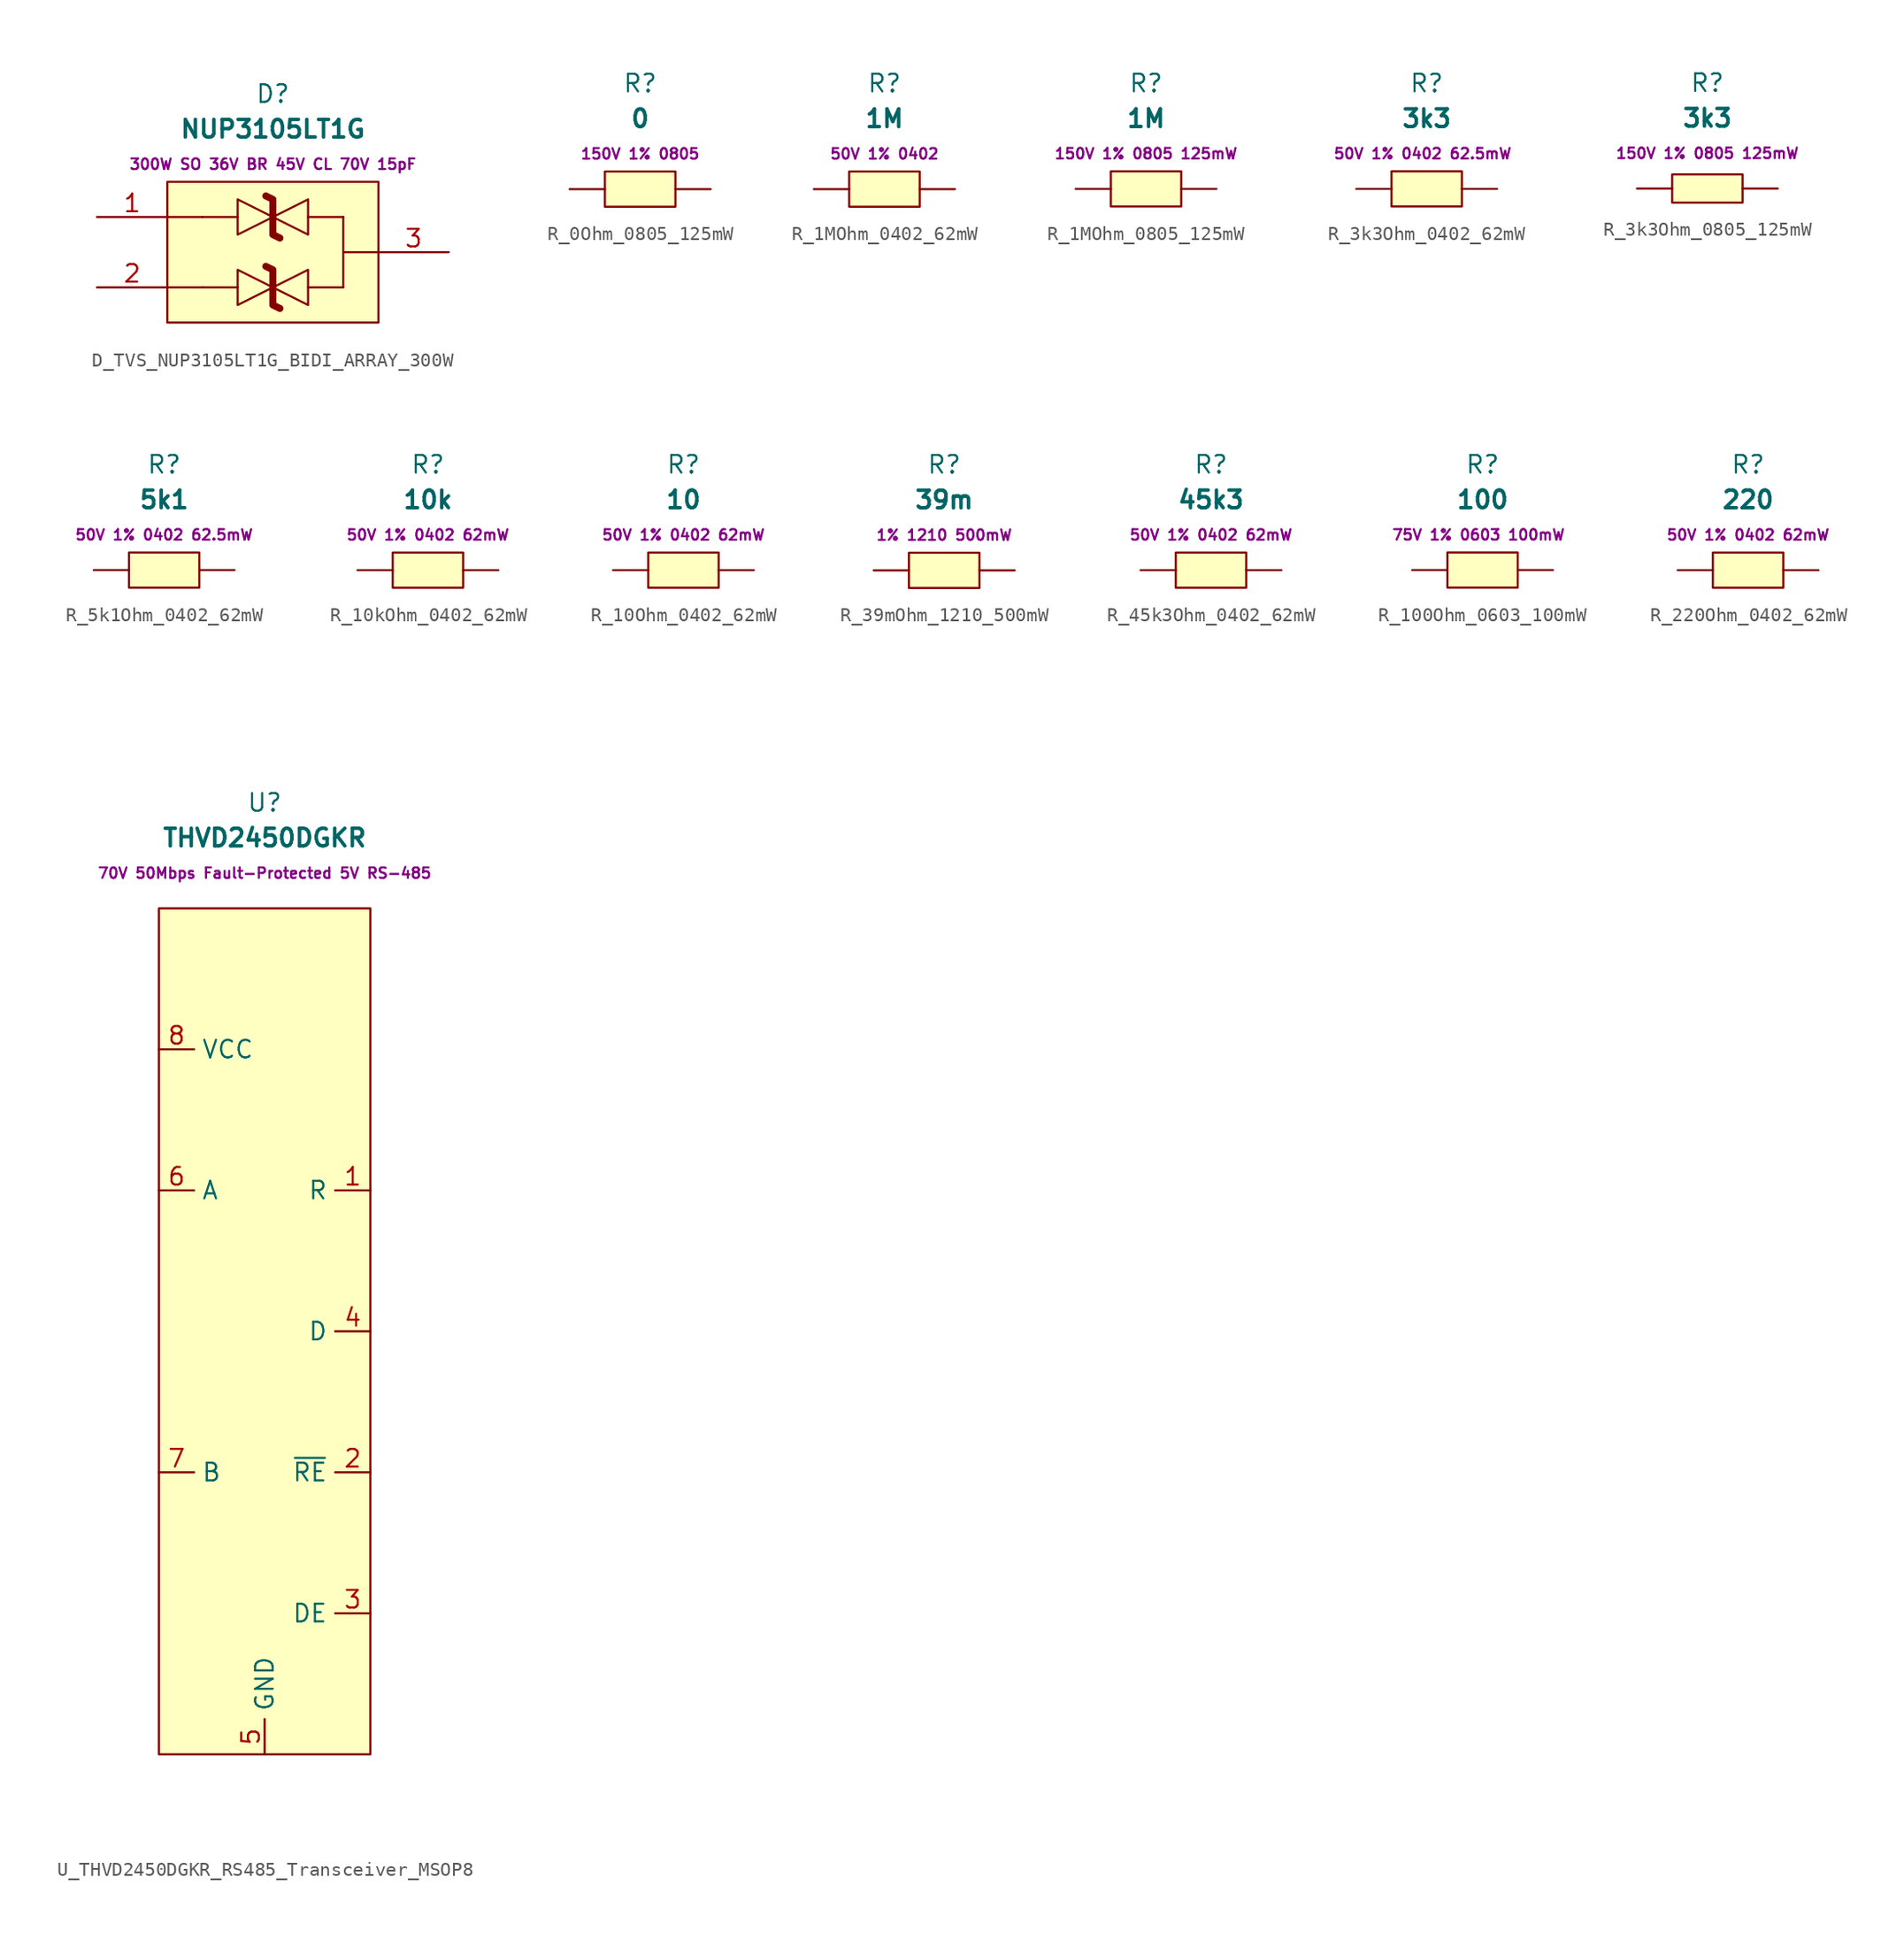
<source format=kicad_sym>
(kicad_symbol_lib
  (version 20231120)
  (generator "kicad_symbol_editor")
  (generator_version "8.0")
  (symbol "D_TVS_NUP3105LT1G_BIDI_ARRAY_300W"
    (pin_names hide)
    (property "Reference" "D"
      (at 0 11.43 0)
      (effects (font (size 1.27 1.27))))
    (property "Value" "NUP3105LT1G"
      (at 0 8.89 0)
      (effects (font (size 1.27 1.27) (bold yes))))
    (property "Extra Values" "300W SO 36V BR 45V CL 70V 15pF"
      (at 0 6.35 0)
      (effects (font (size 0.762 0.762) (bold yes))))
    (symbol "D_TVS_NUP3105LT1G_BIDI_ARRAY_300W_0_1"
      (polyline (pts (xy -7.62 -2.54) (xy -5.08 -2.54)) (stroke (width 0) (type default)) (fill (type none)))
      (polyline (pts (xy -7.62 2.54) (xy -5.08 2.54)) (stroke (width 0) (type default)) (fill (type none)))
      (polyline (pts (xy -2.54 -2.54) (xy -5.08 -2.54)) (stroke (width 0) (type default)) (fill (type none)))
      (polyline (pts (xy -2.54 2.54) (xy -5.08 2.54)) (stroke (width 0) (type default)) (fill (type none)))
      (polyline (pts (xy 5.08 -2.54) (xy 2.54 -2.54)) (stroke (width 0) (type default)) (fill (type none)))
      (polyline (pts (xy 5.08 0) (xy 7.62 0)) (stroke (width 0) (type default)) (fill (type none)))
      (polyline (pts (xy 5.08 2.54) (xy 2.54 2.54)) (stroke (width 0) (type default)) (fill (type none)))
      (polyline (pts (xy 5.08 2.54) (xy 5.08 -2.54)) (stroke (width 0) (type default)) (fill (type none)))
      (polyline (pts (xy -2.54 -1.27) (xy 0 -2.54) (xy -2.54 -3.81) (xy -2.54 -1.27)) (stroke (width 0) (type default)) (fill (type background)))
      (polyline (pts (xy -2.54 3.81) (xy 0 2.54) (xy -2.54 1.27) (xy -2.54 3.81)) (stroke (width 0) (type default)) (fill (type background)))
      (polyline (pts (xy 2.54 -1.27) (xy 0 -2.54) (xy 2.54 -3.81) (xy 2.54 -1.27)) (stroke (width 0) (type default)) (fill (type background)))
      (polyline (pts (xy 2.54 3.81) (xy 0 2.54) (xy 2.54 1.27) (xy 2.54 3.81)) (stroke (width 0) (type default)) (fill (type background)))
      (polyline (pts (xy -7.62 5.08) (xy 7.62 5.08) (xy 7.62 -5.08) (xy -7.62 -5.08) (xy -7.62 5.08)) (stroke (width 0) (type default)) (fill (type background))))
    (symbol "D_TVS_NUP3105LT1G_BIDI_ARRAY_300W_1_1"
      (polyline (pts (xy -0.51 -1.02) (xy -0.51 -1.02) (xy 0 -1.27) (xy 0 -3.81) (xy 0.51 -4.06) (xy 0.51 -4.06)) (stroke (width 0.508) (type default)) (fill (type none)))
      (polyline (pts (xy -0.51 4.06) (xy -0.51 4.06) (xy 0 3.81) (xy 0 1.27) (xy 0.51 1.02) (xy 0.51 1.02)) (stroke (width 0.508) (type default)) (fill (type none)))
      (pin passive line (at -12.7 2.54 0) (length 5.08) (name "1" (effects (font (size 1.27 1.27)))) (number "1" (effects (font (size 1.27 1.27)))))
      (pin passive line (at -12.7 -2.54 0) (length 5.08) (name "2" (effects (font (size 1.27 1.27)))) (number "2" (effects (font (size 1.27 1.27)))))
      (pin power_in line (at 12.7 0 180) (length 5.08) (name "3" (effects (font (size 1.27 1.27)))) (number "3" (effects (font (size 1.27 1.27)))))))
  (symbol "R_0Ohm_0805_125mW"
    (pin_numbers hide)
    (pin_names hide)
    (property "Reference" "R"
      (at 0 7.62 0)
      (effects (font (size 1.27 1.27))))
    (property "Value" "0"
      (at 0 5.08 0)
      (effects (font (size 1.27 1.27) (bold yes))))
    (property "Extra Values" "150V 1% 0805"
      (at 0 2.54 0)
      (effects (font (size 0.762 0.762) (bold yes))))
    (symbol "R_0Ohm_0805_125mW_0_1"
      (rectangle (start -2.54 1.27) (end 2.54 -1.27) (stroke (width 0) (type default)) (fill (type background))))
    (symbol "R_0Ohm_0805_125mW_1_1"
      (pin passive line (at -5.08 0 0) (length 2.54) (name "1" (effects (font (size 1.27 1.27)))) (number "1" (effects (font (size 1.27 1.27)))))
      (pin passive line (at 5.08 0 180) (length 2.54) (name "2" (effects (font (size 1.27 1.27)))) (number "2" (effects (font (size 1.27 1.27)))))))
  (symbol "R_1MOhm_0402_62mW"
    (pin_numbers hide)
    (pin_names hide)
    (property "Reference" "R"
      (at 0 7.62 0)
      (effects (font (size 1.27 1.27))))
    (property "Value" "1M"
      (at 0 5.08 0)
      (effects (font (size 1.27 1.27) (bold yes))))
    (property "Extra Values" "50V 1% 0402"
      (at 0 2.54 0)
      (effects (font (size 0.762 0.762) (bold yes))))
    (symbol "R_1MOhm_0402_62mW_0_1"
      (rectangle (start -2.54 1.27) (end 2.54 -1.27) (stroke (width 0) (type default)) (fill (type background))))
    (symbol "R_1MOhm_0402_62mW_1_1"
      (pin passive line (at -5.08 0 0) (length 2.54) (name "1" (effects (font (size 1.27 1.27)))) (number "1" (effects (font (size 1.27 1.27)))))
      (pin passive line (at 5.08 0 180) (length 2.54) (name "2" (effects (font (size 1.27 1.27)))) (number "2" (effects (font (size 1.27 1.27)))))))
  (symbol "R_1MOhm_0805_125mW"
    (pin_numbers hide)
    (pin_names hide)
    (property "Reference" "R"
      (at 0 7.62 0)
      (effects (font (size 1.27 1.27))))
    (property "Value" "1M"
      (at 0 5.08 0)
      (effects (font (size 1.27 1.27) (bold yes))))
    (property "Extra Values" "150V 1% 0805 125mW"
      (at 0 2.54 0)
      (effects (font (size 0.762 0.762) (bold yes))))
    (symbol "R_1MOhm_0805_125mW_0_1"
      (rectangle (start -2.54 1.27) (end 2.54 -1.27) (stroke (width 0) (type default)) (fill (type background))))
    (symbol "R_1MOhm_0805_125mW_1_1"
      (pin passive line (at -5.08 0 0) (length 2.54) (name "1" (effects (font (size 1.27 1.27)))) (number "1" (effects (font (size 1.27 1.27)))))
      (pin passive line (at 5.08 0 180) (length 2.54) (name "2" (effects (font (size 1.27 1.27)))) (number "2" (effects (font (size 1.27 1.27)))))))
  (symbol "R_3k3Ohm_0402_62mW"
    (pin_numbers hide)
    (pin_names hide)
    (property "Reference" "R"
      (at 0 7.62 0)
      (effects (font (size 1.27 1.27))))
    (property "Value" "3k3"
      (at 0 5.08 0)
      (effects (font (size 1.27 1.27) (bold yes))))
    (property "Extra Values" "50V 1% 0402 62.5mW "
      (at 0 2.54 0)
      (effects (font (size 0.762 0.762) (bold yes))))
    (symbol "R_3k3Ohm_0402_62mW_0_1"
      (rectangle (start -2.54 1.27) (end 2.54 -1.27) (stroke (width 0) (type default)) (fill (type background))))
    (symbol "R_3k3Ohm_0402_62mW_1_1"
      (pin passive line (at -5.08 0 0) (length 2.54) (name "1" (effects (font (size 1.27 1.27)))) (number "1" (effects (font (size 1.27 1.27)))))
      (pin passive line (at 5.08 0 180) (length 2.54) (name "2" (effects (font (size 1.27 1.27)))) (number "2" (effects (font (size 1.27 1.27)))))))
  (symbol "R_3k3Ohm_0805_125mW"
    (pin_numbers hide)
    (pin_names hide)
    (property "Reference" "R"
      (at 0 7.62 0)
      (effects (font (size 1.27 1.27))))
    (property "Value" "3k3"
      (at 0 5.08 0)
      (effects (font (size 1.27 1.27) (bold yes))))
    (property "Extra Values" "150V 1% 0805 125mW"
      (at 0 2.54 0)
      (effects (font (size 0.762 0.762) (bold yes))))
    (symbol "R_3k3Ohm_0805_125mW_0_1"
      (rectangle (start -2.54 1.02) (end 2.54 -1.02) (stroke (width 0) (type default)) (fill (type background))))
    (symbol "R_3k3Ohm_0805_125mW_1_1"
      (pin passive line (at -5.08 0 0) (length 2.54) (name "1" (effects (font (size 1.27 1.27)))) (number "1" (effects (font (size 1.27 1.27)))))
      (pin passive line (at 5.08 0 180) (length 2.54) (name "2" (effects (font (size 1.27 1.27)))) (number "2" (effects (font (size 1.27 1.27)))))))
  (symbol "R_5k1Ohm_0402_62mW"
    (pin_numbers hide)
    (pin_names hide)
    (property "Reference" "R"
      (at 0 7.62 0)
      (effects (font (size 1.27 1.27))))
    (property "Value" "5k1"
      (at 0 5.08 0)
      (effects (font (size 1.27 1.27) (bold yes))))
    (property "Extra Values" "50V 1% 0402 62.5mW"
      (at 0 2.54 0)
      (effects (font (size 0.762 0.762) (bold yes))))
    (symbol "R_5k1Ohm_0402_62mW_0_1"
      (rectangle (start -2.54 1.27) (end 2.54 -1.27) (stroke (width 0) (type default)) (fill (type background))))
    (symbol "R_5k1Ohm_0402_62mW_1_1"
      (pin passive line (at -5.08 0 0) (length 2.54) (name "1" (effects (font (size 1.27 1.27)))) (number "1" (effects (font (size 1.27 1.27)))))
      (pin passive line (at 5.08 0 180) (length 2.54) (name "2" (effects (font (size 1.27 1.27)))) (number "2" (effects (font (size 1.27 1.27)))))))
  (symbol "R_10kOhm_0402_62mW"
    (pin_numbers hide)
    (pin_names hide)
    (property "Reference" "R"
      (at 0 7.62 0)
      (effects (font (size 1.27 1.27))))
    (property "Value" "10k"
      (at 0 5.08 0)
      (effects (font (size 1.27 1.27) (bold yes))))
    (property "Extra Values" "50V 1% 0402 62mW"
      (at 0 2.54 0)
      (effects (font (size 0.762 0.762) (bold yes))))
    (symbol "R_10kOhm_0402_62mW_0_1"
      (rectangle (start -2.54 1.27) (end 2.54 -1.27) (stroke (width 0) (type default)) (fill (type background))))
    (symbol "R_10kOhm_0402_62mW_1_1"
      (pin passive line (at -5.08 0 0) (length 2.54) (name "1" (effects (font (size 1.27 1.27)))) (number "1" (effects (font (size 1.27 1.27)))))
      (pin passive line (at 5.08 0 180) (length 2.54) (name "2" (effects (font (size 1.27 1.27)))) (number "2" (effects (font (size 1.27 1.27)))))))
  (symbol "R_10Ohm_0402_62mW"
    (pin_numbers hide)
    (pin_names hide)
    (property "Reference" "R"
      (at 0 7.62 0)
      (effects (font (size 1.27 1.27))))
    (property "Value" "10"
      (at 0 5.08 0)
      (effects (font (size 1.27 1.27) (bold yes))))
    (property "Extra Values" "50V 1% 0402 62mW"
      (at 0 2.54 0)
      (effects (font (size 0.762 0.762) (bold yes))))
    (symbol "R_10Ohm_0402_62mW_0_1"
      (rectangle (start -2.54 1.27) (end 2.54 -1.27) (stroke (width 0) (type default)) (fill (type background))))
    (symbol "R_10Ohm_0402_62mW_1_1"
      (pin passive line (at -5.08 0 0) (length 2.54) (name "1" (effects (font (size 1.27 1.27)))) (number "1" (effects (font (size 1.27 1.27)))))
      (pin passive line (at 5.08 0 180) (length 2.54) (name "2" (effects (font (size 1.27 1.27)))) (number "2" (effects (font (size 1.27 1.27)))))))
  (symbol "R_39mOhm_1210_500mW"
    (pin_numbers hide)
    (pin_names hide)
    (property "Reference" "R"
      (at 0 7.62 0)
      (effects (font (size 1.27 1.27))))
    (property "Value" "39m"
      (at 0 5.08 0)
      (effects (font (size 1.27 1.27) (bold yes))))
    (property "Extra Value" "1% 1210 500mW"
      (at 0 2.54 0)
      (effects (font (size 0.762 0.762))))
    (symbol "R_39mOhm_1210_500mW_0_1"
      (rectangle (start -2.54 1.27) (end 2.54 -1.27) (stroke (width 0) (type default)) (fill (type background))))
    (symbol "R_39mOhm_1210_500mW_1_1"
      (pin passive line (at -5.08 0 0) (length 2.54) (name "1" (effects (font (size 1.27 1.27)))) (number "1" (effects (font (size 1.27 1.27)))))
      (pin passive line (at 5.08 0 180) (length 2.54) (name "2" (effects (font (size 1.27 1.27)))) (number "2" (effects (font (size 1.27 1.27)))))))
  (symbol "R_45k3Ohm_0402_62mW"
    (pin_numbers hide)
    (pin_names hide)
    (property "Reference" "R"
      (at 0 7.62 0)
      (effects (font (size 1.27 1.27))))
    (property "Value" "45k3"
      (at 0 5.08 0)
      (effects (font (size 1.27 1.27) (bold yes))))
    (property "Extra Values" "50V 1% 0402 62mW"
      (at 0 2.54 0)
      (effects (font (size 0.762 0.762) (bold yes))))
    (symbol "R_45k3Ohm_0402_62mW_0_1"
      (rectangle (start -2.54 1.27) (end 2.54 -1.27) (stroke (width 0) (type default)) (fill (type background))))
    (symbol "R_45k3Ohm_0402_62mW_1_1"
      (pin passive line (at -5.08 0 0) (length 2.54) (name "1" (effects (font (size 1.27 1.27)))) (number "1" (effects (font (size 1.27 1.27)))))
      (pin passive line (at 5.08 0 180) (length 2.54) (name "2" (effects (font (size 1.27 1.27)))) (number "2" (effects (font (size 1.27 1.27)))))))
  (symbol "R_100Ohm_0603_100mW"
    (pin_numbers hide)
    (pin_names hide)
    (property "Reference" "R"
      (at 0 7.62 0)
      (effects (font (size 1.27 1.27))))
    (property "Value" "100"
      (at 0 5.08 0)
      (effects (font (size 1.27 1.27) (bold yes))))
    (property "Extra Values" "75V 1% 0603 100mW "
      (at 0 2.54 0)
      (effects (font (size 0.762 0.762) (bold yes))))
    (symbol "R_100Ohm_0603_100mW_0_1"
      (rectangle (start -2.54 1.27) (end 2.54 -1.27) (stroke (width 0) (type default)) (fill (type background))))
    (symbol "R_100Ohm_0603_100mW_1_1"
      (pin passive line (at -5.08 0 0) (length 2.54) (name "1" (effects (font (size 1.27 1.27)))) (number "1" (effects (font (size 1.27 1.27)))))
      (pin passive line (at 5.08 0 180) (length 2.54) (name "2" (effects (font (size 1.27 1.27)))) (number "2" (effects (font (size 1.27 1.27)))))))
  (symbol "R_220Ohm_0402_62mW"
    (pin_numbers hide)
    (pin_names hide)
    (property "Reference" "R"
      (at 0 7.62 0)
      (effects (font (size 1.27 1.27))))
    (property "Value" "220"
      (at 0 5.08 0)
      (effects (font (size 1.27 1.27) (bold yes))))
    (property "Extra Values" "50V 1% 0402 62mW"
      (at 0 2.54 0)
      (effects (font (size 0.762 0.762) (bold yes))))
    (symbol "R_220Ohm_0402_62mW_0_1"
      (rectangle (start -2.54 1.27) (end 2.54 -1.27) (stroke (width 0) (type default)) (fill (type background))))
    (symbol "R_220Ohm_0402_62mW_1_1"
      (pin passive line (at -5.08 0 0) (length 2.54) (name "1" (effects (font (size 1.27 1.27)))) (number "1" (effects (font (size 1.27 1.27)))))
      (pin passive line (at 5.08 0 180) (length 2.54) (name "2" (effects (font (size 1.27 1.27)))) (number "2" (effects (font (size 1.27 1.27)))))))
  (symbol "U_THVD2450DGKR_RS485_Transceiver_MSOP8"
    (property "Reference" "U"
      (at 0 38.1 0)
      (effects (font (size 1.27 1.27))))
    (property "Value" "THVD2450DGKR"
      (at 0 35.56 0)
      (effects (font (size 1.27 1.27) (bold yes))))
    (property "Extra Values" "70V 50Mbps Fault-Protected 5V RS-485"
      (at 0 33.02 0)
      (effects (font (size 0.762 0.762) (bold yes))))
    (symbol "U_THVD2450DGKR_RS485_Transceiver_MSOP8_0_1"
      (rectangle (start -7.62 30.48) (end 7.62 -30.48) (stroke (width 0) (type default)) (fill (type background))))
    (symbol "U_THVD2450DGKR_RS485_Transceiver_MSOP8_1_1"
      (pin output line (at 7.62 10.16 180) (length 2.54) (name "R" (effects (font (size 1.27 1.27)))) (number "1" (effects (font (size 1.27 1.27)))))
      (pin input line (at 7.62 -10.16 180) (length 2.54) (name "~{RE}" (effects (font (size 1.27 1.27)))) (number "2" (effects (font (size 1.27 1.27)))))
      (pin input line (at 7.62 -20.32 180) (length 2.54) (name "DE" (effects (font (size 1.27 1.27)))) (number "3" (effects (font (size 1.27 1.27)))))
      (pin input line (at 7.62 0 180) (length 2.54) (name "D" (effects (font (size 1.27 1.27)))) (number "4" (effects (font (size 1.27 1.27)))))
      (pin power_in line (at 0 -30.48 90) (length 2.54) (name "GND" (effects (font (size 1.27 1.27)))) (number "5" (effects (font (size 1.27 1.27)))))
      (pin bidirectional line (at -7.62 10.16 0) (length 2.54) (name "A" (effects (font (size 1.27 1.27)))) (number "6" (effects (font (size 1.27 1.27)))))
      (pin bidirectional line (at -7.62 -10.16 0) (length 2.54) (name "B" (effects (font (size 1.27 1.27)))) (number "7" (effects (font (size 1.27 1.27)))))
      (pin power_in line (at -7.62 20.32 0) (length 2.54) (name "VCC" (effects (font (size 1.27 1.27)))) (number "8" (effects (font (size 1.27 1.27))))))))
</source>
